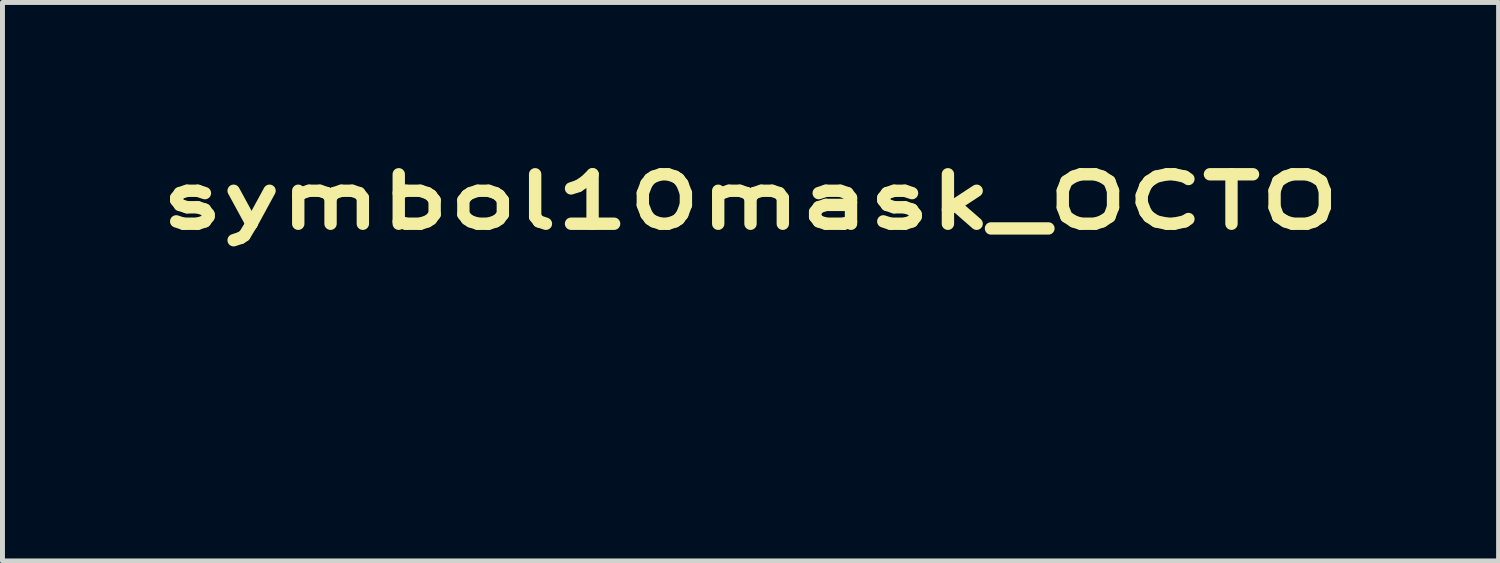
<source format=kicad_pcb>
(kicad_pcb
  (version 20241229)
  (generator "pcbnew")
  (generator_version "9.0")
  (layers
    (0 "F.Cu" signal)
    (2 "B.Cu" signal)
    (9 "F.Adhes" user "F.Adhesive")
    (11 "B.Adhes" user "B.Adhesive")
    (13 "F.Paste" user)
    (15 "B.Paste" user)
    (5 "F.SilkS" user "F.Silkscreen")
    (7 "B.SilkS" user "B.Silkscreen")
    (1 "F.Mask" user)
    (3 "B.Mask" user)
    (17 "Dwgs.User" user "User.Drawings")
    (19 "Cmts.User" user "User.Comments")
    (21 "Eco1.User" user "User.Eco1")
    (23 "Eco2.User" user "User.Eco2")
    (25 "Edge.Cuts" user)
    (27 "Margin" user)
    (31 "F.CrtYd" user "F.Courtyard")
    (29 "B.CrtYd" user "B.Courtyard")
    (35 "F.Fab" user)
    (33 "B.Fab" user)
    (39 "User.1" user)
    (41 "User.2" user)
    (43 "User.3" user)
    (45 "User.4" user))
  (footprint "symbol10mask_OCTO"
    (layer "F.Cu")
    (at 9.899 2.774)
    (property "Reference" "symbol10mask_OCTO" (at 2.225 -1.75 0) (layer "F.SilkS") (effects (font (size 1 1.524) (thickness 0.25))))
    (attr board_only exclude_from_pos_files exclude_from_bom)
    (fp_poly (pts (xy 3.223 -2.633) (xy 3.268 -2.628) (xy 3.394 -2.605) (xy 3.498 -2.568) (xy 3.583 -2.517) (xy 3.651 -2.448) (xy 3.705 -2.36) (xy 3.746 -2.252) (xy 3.754 -2.221) (xy 3.765 -2.166) (xy 3.773 -2.092) (xy 3.779 -2.003) (xy 3.783 -1.908) (xy 3.785 -1.811) (xy 3.783 -1.72) (xy 3.779 -1.641) (xy 3.775 -1.603) (xy 3.742 -1.436) (xy 3.69 -1.285) (xy 3.621 -1.149) (xy 3.535 -1.032) (xy 3.434 -0.933) (xy 3.317 -0.855) (xy 3.187 -0.798) (xy 3.14 -0.784) (xy 3.031 -0.765) (xy 2.911 -0.76) (xy 2.789 -0.771) (xy 2.692 -0.791) (xy 2.626 -0.808) (xy 2.58 -0.818) (xy 2.55 -0.821) (xy 2.53 -0.815) (xy 2.515 -0.8) (xy 2.503 -0.78) (xy 2.488 -0.739) (xy 2.479 -0.678) (xy 2.475 -0.606) (xy 2.477 -0.529) (xy 2.484 -0.454) (xy 2.498 -0.389) (xy 2.505 -0.366) (xy 2.559 -0.253) (xy 2.638 -0.145) (xy 2.739 -0.044) (xy 2.861 0.049) (xy 3.003 0.134) (xy 3.162 0.208) (xy 3.338 0.272) (xy 3.528 0.324) (xy 3.687 0.356) (xy 3.792 0.37) (xy 3.905 0.379) (xy 4.018 0.382) (xy 4.123 0.38) (xy 4.212 0.372) (xy 4.23 0.369) (xy 4.355 0.338) (xy 4.464 0.294) (xy 4.555 0.238) (xy 4.627 0.171) (xy 4.678 0.094) (xy 4.704 0.012) (xy 4.704 -0.06) (xy 4.681 -0.135) (xy 4.639 -0.207) (xy 4.58 -0.271) (xy 4.509 -0.323) (xy 4.494 -0.331) (xy 4.452 -0.354) (xy 4.421 -0.373) (xy 4.407 -0.384) (xy 4.407 -0.385) (xy 4.419 -0.396) (xy 4.45 -0.408) (xy 4.492 -0.417) (xy 4.538 -0.422) (xy 4.555 -0.422) (xy 4.629 -0.413) (xy 4.692 -0.385) (xy 4.747 -0.335) (xy 4.797 -0.262) (xy 4.81 -0.238) (xy 4.828 -0.185) (xy 4.838 -0.116) (xy 4.841 -0.038) (xy 4.835 0.041) (xy 4.824 0.106) (xy 4.799 0.191) (xy 4.772 0.258) (xy 4.738 0.312) (xy 4.692 0.362) (xy 4.633 0.412) (xy 4.5 0.505) (xy 4.362 0.576) (xy 4.217 0.625) (xy 4.065 0.653) (xy 3.902 0.659) (xy 3.727 0.644) (xy 3.539 0.608) (xy 3.424 0.579) (xy 3.374 0.563) (xy 3.305 0.54) (xy 3.219 0.511) (xy 3.123 0.476) (xy 3.021 0.439) (xy 2.917 0.4) (xy 2.89 0.389) (xy 2.712 0.322) (xy 2.557 0.265) (xy 2.422 0.218) (xy 2.307 0.18) (xy 2.209 0.151) (xy 2.127 0.131) (xy 2.059 0.118) (xy 2.004 0.113) (xy 1.959 0.115) (xy 1.937 0.119) (xy 1.882 0.145) (xy 1.827 0.189) (xy 1.779 0.246) (xy 1.744 0.307) (xy 1.737 0.325) (xy 1.712 0.435) (xy 1.707 0.55) (xy 1.721 0.663) (xy 1.753 0.764) (xy 1.757 0.773) (xy 1.786 0.823) (xy 1.826 0.876) (xy 1.869 0.924) (xy 1.909 0.959) (xy 1.925 0.969) (xy 1.957 0.981) (xy 2.013 0.997) (xy 2.091 1.016) (xy 2.188 1.037) (xy 2.301 1.06) (xy 2.43 1.085) (xy 2.481 1.095) (xy 2.648 1.128) (xy 2.792 1.16) (xy 2.911 1.192) (xy 3.009 1.225) (xy 3.087 1.259) (xy 3.146 1.294) (xy 3.185 1.328) (xy 3.202 1.349) (xy 3.213 1.372) (xy 3.218 1.402) (xy 3.219 1.449) (xy 3.219 1.471) (xy 3.209 1.575) (xy 3.178 1.663) (xy 3.126 1.738) (xy 3.052 1.8) (xy 2.955 1.849) (xy 2.835 1.887) (xy 2.834 1.887) (xy 2.75 1.902) (xy 2.66 1.911) (xy 2.569 1.914) (xy 2.485 1.911) (xy 2.413 1.901) (xy 2.362 1.886) (xy 2.33 1.869) (xy 2.318 1.857) (xy 2.328 1.847) (xy 2.359 1.839) (xy 2.415 1.833) (xy 2.461 1.829) (xy 2.598 1.813) (xy 2.719 1.787) (xy 2.822 1.752) (xy 2.906 1.709) (xy 2.969 1.658) (xy 3.008 1.6) (xy 3.019 1.567) (xy 3.024 1.526) (xy 3.018 1.494) (xy 2.997 1.466) (xy 2.958 1.438) (xy 2.907 1.409) (xy 2.84 1.376) (xy 2.773 1.35) (xy 2.699 1.33) (xy 2.615 1.315) (xy 2.516 1.304) (xy 2.396 1.295) (xy 2.349 1.293) (xy 2.265 1.288) (xy 2.185 1.284) (xy 2.117 1.279) (xy 2.064 1.275) (xy 2.032 1.272) (xy 1.916 1.246) (xy 1.799 1.202) (xy 1.687 1.144) (xy 1.589 1.076) (xy 1.523 1.014) (xy 1.498 0.983) (xy 1.464 0.934) (xy 1.423 0.873) (xy 1.379 0.804) (xy 1.345 0.747) (xy 1.274 0.632) (xy 1.214 0.539) (xy 1.162 0.467) (xy 1.117 0.414) (xy 1.077 0.378) (xy 1.059 0.365) (xy 1.033 0.352) (xy 1.013 0.347) (xy 0.989 0.352) (xy 0.951 0.366) (xy 0.944 0.369) (xy 0.866 0.414) (xy 0.793 0.48) (xy 0.727 0.565) (xy 0.673 0.663) (xy 0.67 0.67) (xy 0.632 0.747) (xy 0.577 0.84) (xy 0.508 0.944) (xy 0.428 1.058) (xy 0.339 1.178) (xy 0.245 1.3) (xy 0.146 1.422) (xy 0.046 1.539) (xy -0.053 1.65) (xy -0.148 1.75) (xy -0.219 1.821) (xy -0.283 1.88) (xy -0.362 1.947) (xy -0.449 2.02) (xy -0.538 2.092) (xy -0.625 2.16) (xy -0.703 2.218) (xy -0.756 2.256) (xy -0.911 2.35) (xy -1.068 2.423) (xy -1.225 2.476) (xy -1.378 2.508) (xy -1.526 2.518) (xy -1.664 2.504) (xy -1.686 2.5) (xy -1.806 2.464) (xy -1.905 2.414) (xy -1.983 2.348) (xy -2.039 2.269) (xy -2.041 2.265) (xy -2.06 2.222) (xy -2.069 2.182) (xy -2.07 2.134) (xy -2.069 2.112) (xy -2.05 2.013) (xy -2.005 1.917) (xy -1.934 1.824) (xy -1.838 1.734) (xy -1.75 1.67) (xy -1.7 1.638) (xy -1.644 1.606) (xy -1.586 1.574) (xy -1.531 1.546) (xy -1.484 1.523) (xy -1.45 1.509) (xy -1.432 1.506) (xy -1.432 1.506) (xy -1.434 1.52) (xy -1.446 1.55) (xy -1.462 1.584) (xy -1.482 1.618) (xy -1.505 1.649) (xy -1.537 1.681) (xy -1.583 1.718) (xy -1.631 1.755) (xy -1.719 1.824) (xy -1.784 1.885) (xy -1.827 1.941) (xy -1.849 1.994) (xy -1.852 2.047) (xy -1.837 2.101) (xy -1.821 2.135) (xy -1.776 2.189) (xy -1.714 2.224) (xy -1.636 2.242) (xy -1.543 2.241) (xy -1.436 2.222) (xy -1.318 2.186) (xy -1.189 2.132) (xy -1.05 2.061) (xy -1.022 2.045) (xy -0.856 1.942) (xy -0.696 1.831) (xy -0.543 1.711) (xy -0.4 1.587) (xy -0.269 1.46) (xy -0.151 1.331) (xy -0.048 1.204) (xy 0.037 1.08) (xy 0.102 0.961) (xy 0.146 0.849) (xy 0.159 0.798) (xy 0.167 0.735) (xy 0.167 0.659) (xy 0.161 0.581) (xy 0.149 0.508) (xy 0.133 0.449) (xy 0.127 0.435) (xy 0.089 0.383) (xy 0.033 0.344) (xy -0.029 0.323) (xy -0.051 0.321) (xy -0.076 0.323) (xy -0.109 0.331) (xy -0.155 0.346) (xy -0.216 0.369) (xy -0.298 0.4) (xy -0.306 0.404) (xy -0.388 0.437) (xy -0.472 0.473) (xy -0.559 0.513) (xy -0.653 0.557) (xy -0.756 0.608) (xy -0.871 0.667) (xy -0.998 0.734) (xy -1.141 0.81) (xy -1.303 0.898) (xy -1.484 0.997) (xy -1.504 1.008) (xy -1.648 1.087) (xy -1.773 1.154) (xy -1.88 1.21) (xy -1.975 1.258) (xy -2.059 1.298) (xy -2.136 1.331) (xy -2.209 1.36) (xy -2.282 1.386) (xy -2.356 1.41) (xy -2.426 1.431) (xy -2.619 1.481) (xy -2.795 1.517) (xy -2.955 1.54) (xy -3.098 1.549) (xy -3.221 1.544) (xy -3.324 1.525) (xy -3.39 1.499) (xy -3.457 1.452) (xy -3.505 1.388) (xy -3.53 1.311) (xy -3.533 1.287) (xy -3.539 1.214) (xy -3.453 1.129) (xy -3.402 1.082) (xy -3.355 1.044) (xy -3.315 1.017) (xy -3.288 1.005) (xy -3.277 1.007) (xy -3.279 1.021) (xy -3.288 1.053) (xy -3.304 1.099) (xy -3.312 1.121) (xy -3.335 1.189) (xy -3.347 1.239) (xy -3.349 1.277) (xy -3.341 1.307) (xy -3.331 1.325) (xy -3.291 1.363) (xy -3.229 1.385) (xy -3.147 1.393) (xy -3.044 1.385) (xy -2.92 1.363) (xy -2.777 1.325) (xy -2.614 1.273) (xy -2.432 1.207) (xy -2.428 1.205) (xy -2.237 1.127) (xy -2.033 1.036) (xy -1.823 0.936) (xy -1.611 0.829) (xy -1.403 0.718) (xy -1.205 0.606) (xy -1.02 0.495) (xy -0.855 0.388) (xy -0.844 0.381) (xy -0.767 0.328) (xy -0.71 0.289) (xy -0.673 0.262) (xy -0.654 0.245) (xy -0.654 0.237) (xy -0.671 0.236) (xy -0.703 0.24) (xy -0.752 0.249) (xy -0.773 0.253) (xy -0.871 0.271) (xy -0.979 0.293) (xy -1.1 0.318) (xy -1.234 0.348) (xy -1.383 0.382) (xy -1.549 0.421) (xy -1.735 0.466) (xy -1.941 0.516) (xy -2.17 0.573) (xy -2.311 0.608) (xy -2.462 0.645) (xy -2.612 0.682) (xy -2.757 0.718) (xy -2.894 0.751) (xy -3.02 0.782) (xy -3.133 0.809) (xy -3.229 0.832) (xy -3.306 0.85) (xy -3.361 0.863) (xy -3.366 0.864) (xy -3.557 0.907) (xy -3.736 0.951) (xy -3.901 0.996) (xy -4.05 1.039) (xy -4.183 1.082) (xy -4.297 1.124) (xy -4.391 1.163) (xy -4.462 1.2) (xy -4.51 1.234) (xy -4.524 1.248) (xy -4.542 1.288) (xy -4.536 1.326) (xy -4.505 1.361) (xy -4.46 1.385) (xy -4.417 1.405) (xy -4.398 1.421) (xy -4.405 1.432) (xy -4.438 1.438) (xy -4.455 1.438) (xy -4.526 1.427) (xy -4.584 1.396) (xy -4.624 1.346) (xy -4.627 1.34) (xy -4.641 1.286) (xy -4.63 1.23) (xy -4.596 1.17) (xy -4.547 1.114) (xy -4.513 1.084) (xy -4.471 1.054) (xy -4.42 1.023) (xy -4.36 0.992) (xy -4.288 0.959) (xy -4.203 0.926) (xy -4.105 0.89) (xy -3.992 0.852) (xy -3.863 0.812) (xy -3.716 0.768) (xy -3.551 0.722) (xy -3.366 0.671) (xy -3.16 0.616) (xy -2.932 0.557) (xy -2.68 0.492) (xy -2.428 0.428) (xy -2.178 0.365) (xy -1.952 0.307) (xy -1.749 0.253) (xy -1.568 0.204) (xy -1.408 0.159) (xy -1.266 0.117) (xy -1.142 0.079) (xy -1.035 0.043) (xy -0.942 0.01) (xy -0.863 -0.022) (xy -0.797 -0.052) (xy -0.78 -0.06) (xy -0.705 -0.101) (xy -0.655 -0.137) (xy -0.629 -0.167) (xy -0.627 -0.194) (xy -0.634 -0.205) (xy -0.664 -0.231) (xy -0.714 -0.261) (xy -0.776 -0.292) (xy -0.843 -0.32) (xy -0.911 -0.344) (xy -0.936 -0.351) (xy -1.047 -0.377) (xy -1.155 -0.394) (xy -1.268 -0.404) (xy -1.396 -0.409) (xy -1.443 -0.409) (xy -1.612 -0.404) (xy -1.784 -0.391) (xy -1.955 -0.369) (xy -2.121 -0.34) (xy -2.28 -0.305) (xy -2.429 -0.264) (xy -2.565 -0.218) (xy -2.685 -0.168) (xy -2.785 -0.114) (xy -2.864 -0.058) (xy -2.889 -0.034) (xy -2.918 0.003) (xy -2.923 0.031) (xy -2.904 0.053) (xy -2.86 0.069) (xy -2.842 0.074) (xy -2.821 0.078) (xy -2.803 0.081) (xy -2.784 0.082) (xy -2.76 0.08) (xy -2.727 0.076) (xy -2.683 0.068) (xy -2.623 0.056) (xy -2.543 0.039) (xy -2.454 0.02) (xy -2.379 0.007) (xy -2.322 0.004) (xy -2.285 0.011) (xy -2.27 0.027) (xy -2.27 0.03) (xy -2.282 0.067) (xy -2.318 0.097) (xy -2.376 0.117) (xy -2.385 0.119) (xy -2.427 0.129) (xy -2.486 0.145) (xy -2.555 0.164) (xy -2.626 0.185) (xy -2.63 0.186) (xy -2.761 0.221) (xy -2.874 0.241) (xy -2.968 0.248) (xy -3.042 0.24) (xy -3.096 0.218) (xy -3.129 0.182) (xy -3.14 0.132) (xy -3.14 0.132) (xy -3.13 0.082) (xy -3.103 0.021) (xy -3.06 -0.047) (xy -3.007 -0.118) (xy -2.947 -0.187) (xy -2.882 -0.249) (xy -2.816 -0.301) (xy -2.801 -0.312) (xy -2.646 -0.4) (xy -2.482 -0.472) (xy -2.306 -0.528) (xy -2.116 -0.569) (xy -1.909 -0.596) (xy -1.683 -0.609) (xy -1.557 -0.61) (xy -1.462 -0.609) (xy -1.372 -0.607) (xy -1.283 -0.603) (xy -1.191 -0.596) (xy -1.094 -0.587) (xy -0.988 -0.575) (xy -0.869 -0.56) (xy -0.734 -0.541) (xy -0.579 -0.518) (xy -0.422 -0.494) (xy -0.341 -0.484) (xy -0.252 -0.478) (xy -0.147 -0.476) (xy -0.053 -0.477) (xy 0.032 -0.479) (xy 0.095 -0.481) (xy 0.141 -0.485) (xy 0.175 -0.489) (xy 0.202 -0.496) (xy 0.227 -0.506) (xy 0.244 -0.515) (xy 0.299 -0.55) (xy 0.33 -0.592) (xy 0.339 -0.644) (xy 0.336 -0.674) (xy 0.317 -0.73) (xy 0.281 -0.771) (xy 0.226 -0.799) (xy 0.15 -0.814) (xy 0.069 -0.818) (xy 0.01 -0.821) (xy -0.069 -0.83) (xy -0.16 -0.844) (xy -0.258 -0.861) (xy -0.355 -0.881) (xy -0.425 -0.897) (xy -0.558 -0.935) (xy -0.673 -0.981) (xy -0.768 -1.034) (xy -0.841 -1.091) (xy -0.892 -1.153) (xy -0.91 -1.194) (xy -0.923 -1.272) (xy -0.911 -1.355) (xy -0.877 -1.439) (xy -0.822 -1.523) (xy -0.748 -1.605) (xy -0.656 -1.684) (xy -0.549 -1.756) (xy -0.427 -1.821) (xy -0.337 -1.86) (xy -0.202 -1.906) (xy -0.073 -1.935) (xy 0.057 -1.948) (xy 0.194 -1.946) (xy 0.345 -1.928) (xy 0.395 -1.92) (xy 0.502 -1.898) (xy 0.583 -1.873) (xy 0.641 -1.845) (xy 0.675 -1.812) (xy 0.687 -1.774) (xy 0.678 -1.73) (xy 0.66 -1.696) (xy 0.618 -1.652) (xy 0.553 -1.614) (xy 0.464 -1.582) (xy 0.355 -1.557) (xy 0.227 -1.54) (xy 0.201 -1.538) (xy 0.147 -1.534) (xy 0.114 -1.534) (xy 0.097 -1.538) (xy 0.092 -1.547) (xy 0.092 -1.548) (xy 0.103 -1.578) (xy 0.131 -1.612) (xy 0.168 -1.643) (xy 0.207 -1.663) (xy 0.208 -1.663) (xy 0.276 -1.689) (xy 0.322 -1.714) (xy 0.344 -1.738) (xy 0.341 -1.761) (xy 0.314 -1.78) (xy 0.308 -1.782) (xy 0.224 -1.801) (xy 0.124 -1.801) (xy 0.009 -1.782) (xy -0.12 -1.744) (xy -0.228 -1.701) (xy -0.36 -1.639) (xy -0.466 -1.577) (xy -0.547 -1.513) (xy -0.602 -1.449) (xy -0.631 -1.385) (xy -0.636 -1.344) (xy -0.631 -1.305) (xy -0.615 -1.273) (xy -0.586 -1.239) (xy -0.547 -1.206) (xy -0.497 -1.172) (xy -0.456 -1.149) (xy -0.365 -1.112) (xy -0.264 -1.084) (xy -0.151 -1.066) (xy -0.024 -1.059) (xy 0.119 -1.062) (xy 0.279 -1.074) (xy 0.46 -1.097) (xy 0.662 -1.13) (xy 0.725 -1.141) (xy 0.827 -1.16) (xy 0.909 -1.177) (xy 0.974 -1.196) (xy 1.027 -1.218) (xy 1.072 -1.246) (xy 1.115 -1.285) (xy 1.159 -1.336) (xy 1.21 -1.402) (xy 1.271 -1.487) (xy 1.274 -1.491) (xy 1.343 -1.584) (xy 1.407 -1.663) (xy 1.473 -1.736) (xy 1.549 -1.812) (xy 1.58 -1.841) (xy 1.681 -1.935) (xy 1.768 -2.014) (xy 1.846 -2.08) (xy 1.918 -2.138) (xy 1.99 -2.19) (xy 2.065 -2.241) (xy 2.148 -2.293) (xy 2.205 -2.327) (xy 2.367 -2.414) (xy 2.54 -2.487) (xy 2.727 -2.549) (xy 2.935 -2.6) (xy 2.969 -2.607) (xy 3.042 -2.622) (xy 3.097 -2.631) (xy 3.141 -2.636) (xy 3.18 -2.637)) (stroke (width 0) (type solid)) (fill yes) (layer "F.Mask")))
  (gr_rect
    (start -3 -3)
    (end 27.249 8.291)
    (stroke (width 0.1) (type default))
    (fill no)
    (layer "Edge.Cuts")))
</source>
